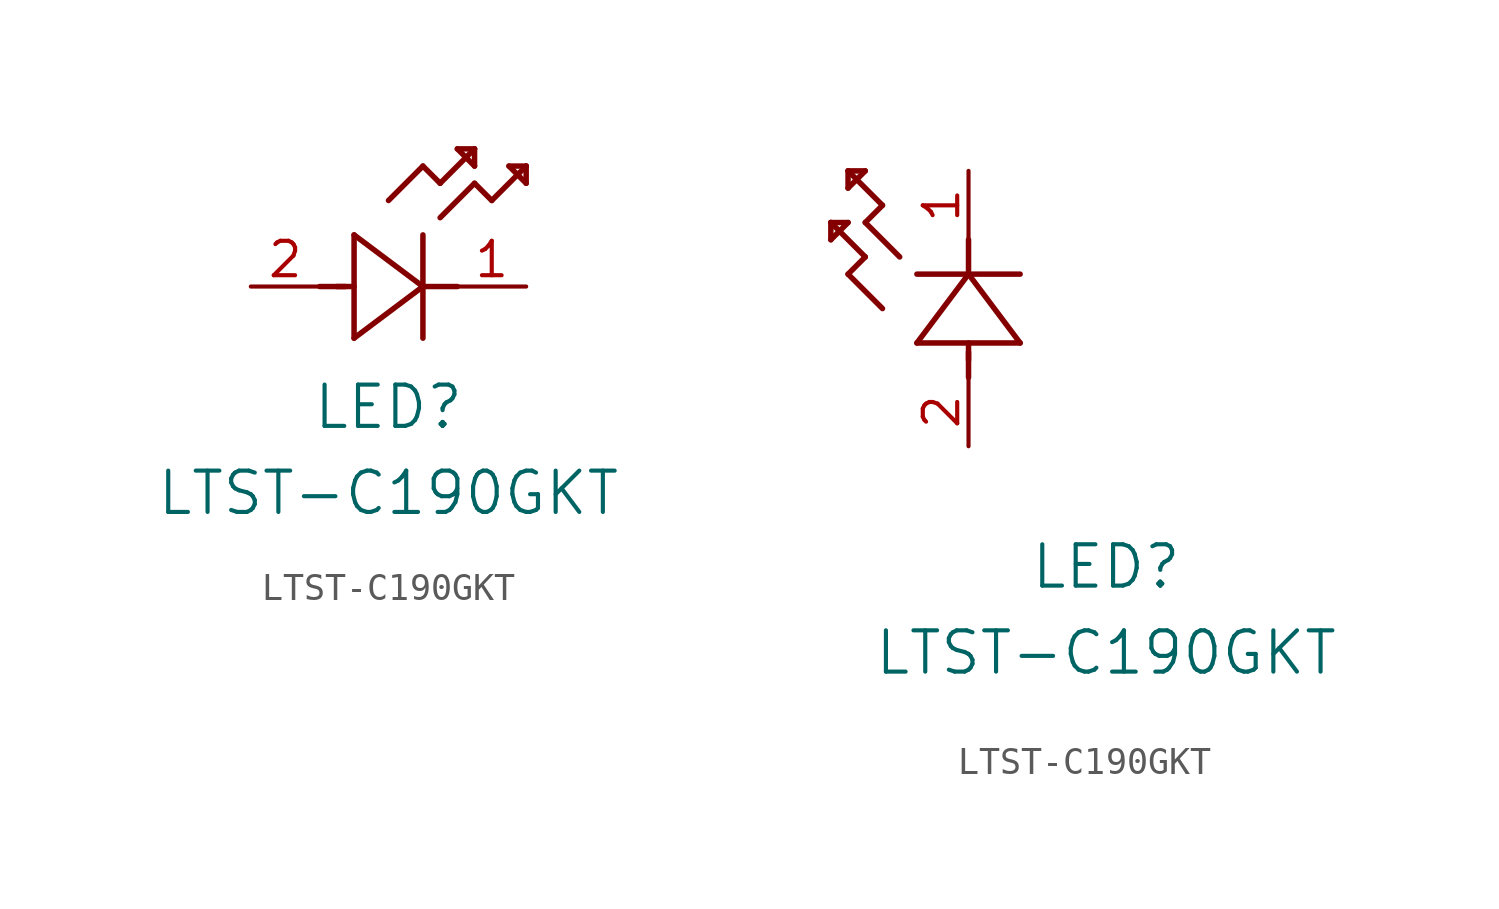
<source format=kicad_sym>
(kicad_symbol_lib
  (version 20211014)
  (generator kicad_symbol_editor)
  (symbol "LTST-C190GKT"
    (pin_names
      (offset 0.254))
    (property "Reference" "LED"
      (at 5.08 -4.445 0)
      (effects (font (size 1.524 1.524))))
    (property "Value" "LTST-C190GKT"
      (at 5.08 -7.62 0)
      (effects (font (size 1.524 1.524))))
    (symbol "LTST-C190GKT_1_1"
      (polyline (pts (xy 2.54 0) (xy 3.48 0)) (stroke (width 0.203) (type default) (color 0 0 0 0)) (fill (type none)))
      (polyline (pts (xy 3.81 1.905) (xy 3.81 -1.905)) (stroke (width 0.203) (type default) (color 0 0 0 0)) (fill (type none)))
      (polyline (pts (xy 3.175 0) (xy 3.81 0)) (stroke (width 0.203) (type default) (color 0 0 0 0)) (fill (type none)))
      (polyline (pts (xy 6.35 -1.905) (xy 6.35 1.905)) (stroke (width 0.203) (type default) (color 0 0 0 0)) (fill (type none)))
      (polyline (pts (xy 6.35 0) (xy 7.62 0)) (stroke (width 0.203) (type default) (color 0 0 0 0)) (fill (type none)))
      (polyline (pts (xy 6.35 4.445) (xy 6.985 3.81)) (stroke (width 0.203) (type default) (color 0 0 0 0)) (fill (type none)))
      (polyline (pts (xy 6.985 3.81) (xy 8.255 5.08)) (stroke (width 0.203) (type default) (color 0 0 0 0)) (fill (type none)))
      (polyline (pts (xy 8.255 3.81) (xy 8.89 3.175)) (stroke (width 0.203) (type default) (color 0 0 0 0)) (fill (type none)))
      (polyline (pts (xy 8.89 3.175) (xy 10.16 4.445)) (stroke (width 0.203) (type default) (color 0 0 0 0)) (fill (type none)))
      (polyline (pts (xy 8.255 5.08) (xy 7.62 5.08)) (stroke (width 0.203) (type default) (color 0 0 0 0)) (fill (type none)))
      (polyline (pts (xy 7.62 5.08) (xy 8.255 4.445)) (stroke (width 0.203) (type default) (color 0 0 0 0)) (fill (type none)))
      (polyline (pts (xy 8.255 4.445) (xy 8.255 5.08)) (stroke (width 0.203) (type default) (color 0 0 0 0)) (fill (type none)))
      (polyline (pts (xy 10.16 4.445) (xy 9.525 4.445)) (stroke (width 0.203) (type default) (color 0 0 0 0)) (fill (type none)))
      (polyline (pts (xy 9.525 4.445) (xy 10.16 3.81)) (stroke (width 0.203) (type default) (color 0 0 0 0)) (fill (type none)))
      (polyline (pts (xy 10.16 3.81) (xy 10.16 4.445)) (stroke (width 0.203) (type default) (color 0 0 0 0)) (fill (type none)))
      (polyline (pts (xy 6.985 2.54) (xy 8.255 3.81)) (stroke (width 0.203) (type default) (color 0 0 0 0)) (fill (type none)))
      (polyline (pts (xy 6.35 0) (xy 3.81 1.905)) (stroke (width 0.203) (type default) (color 0 0 0 0)) (fill (type none)))
      (polyline (pts (xy 3.81 -1.905) (xy 6.35 0)) (stroke (width 0.203) (type default) (color 0 0 0 0)) (fill (type none)))
      (polyline (pts (xy 5.08 3.175) (xy 6.35 4.445)) (stroke (width 0.203) (type default) (color 0 0 0 0)) (fill (type none)))
      (pin unspecified line (at 10.16 0 180) (length 2.54) (name "" (effects (font (size 1.27 1.27)))) (number "1" (effects (font (size 1.27 1.27)))))
      (pin unspecified line (at 0 0 0) (length 2.54) (name "" (effects (font (size 1.27 1.27)))) (number "2" (effects (font (size 1.27 1.27))))))
    (symbol "LTST-C190GKT_1_2"
      (polyline (pts (xy 0 2.54) (xy 0 3.48)) (stroke (width 0.203) (type default) (color 0 0 0 0)) (fill (type none)))
      (polyline (pts (xy -1.905 3.81) (xy 1.905 3.81)) (stroke (width 0.203) (type default) (color 0 0 0 0)) (fill (type none)))
      (polyline (pts (xy 0 3.175) (xy 0 3.81)) (stroke (width 0.203) (type default) (color 0 0 0 0)) (fill (type none)))
      (polyline (pts (xy 1.905 6.35) (xy -1.905 6.35)) (stroke (width 0.203) (type default) (color 0 0 0 0)) (fill (type none)))
      (polyline (pts (xy 0 6.35) (xy 0 7.62)) (stroke (width 0.203) (type default) (color 0 0 0 0)) (fill (type none)))
      (polyline (pts (xy 0 6.35) (xy -1.905 3.81)) (stroke (width 0.203) (type default) (color 0 0 0 0)) (fill (type none)))
      (polyline (pts (xy 1.905 3.81) (xy 0 6.35)) (stroke (width 0.203) (type default) (color 0 0 0 0)) (fill (type none)))
      (polyline (pts (xy -4.445 6.35) (xy -3.81 6.985)) (stroke (width 0.203) (type default) (color 0 0 0 0)) (fill (type none)))
      (polyline (pts (xy -2.54 6.985) (xy -3.81 8.255)) (stroke (width 0.203) (type default) (color 0 0 0 0)) (fill (type none)))
      (polyline (pts (xy -3.175 5.08) (xy -4.445 6.35)) (stroke (width 0.203) (type default) (color 0 0 0 0)) (fill (type none)))
      (polyline (pts (xy -4.445 10.16) (xy -4.445 9.525)) (stroke (width 0.203) (type default) (color 0 0 0 0)) (fill (type none)))
      (polyline (pts (xy -4.445 9.525) (xy -3.81 10.16)) (stroke (width 0.203) (type default) (color 0 0 0 0)) (fill (type none)))
      (polyline (pts (xy -3.81 10.16) (xy -4.445 10.16)) (stroke (width 0.203) (type default) (color 0 0 0 0)) (fill (type none)))
      (polyline (pts (xy -3.81 8.255) (xy -3.175 8.89)) (stroke (width 0.203) (type default) (color 0 0 0 0)) (fill (type none)))
      (polyline (pts (xy -3.175 8.89) (xy -4.445 10.16)) (stroke (width 0.203) (type default) (color 0 0 0 0)) (fill (type none)))
      (polyline (pts (xy -3.81 6.985) (xy -5.08 8.255)) (stroke (width 0.203) (type default) (color 0 0 0 0)) (fill (type none)))
      (polyline (pts (xy -5.08 8.255) (xy -5.08 7.62)) (stroke (width 0.203) (type default) (color 0 0 0 0)) (fill (type none)))
      (polyline (pts (xy -5.08 7.62) (xy -4.445 8.255)) (stroke (width 0.203) (type default) (color 0 0 0 0)) (fill (type none)))
      (polyline (pts (xy -4.445 8.255) (xy -5.08 8.255)) (stroke (width 0.203) (type default) (color 0 0 0 0)) (fill (type none)))
      (pin unspecified line (at 0 10.16 270) (length 2.54) (name "" (effects (font (size 1.27 1.27)))) (number "1" (effects (font (size 1.27 1.27)))))
      (pin unspecified line (at 0 0 90) (length 2.54) (name "" (effects (font (size 1.27 1.27)))) (number "2" (effects (font (size 1.27 1.27))))))))
</source>
